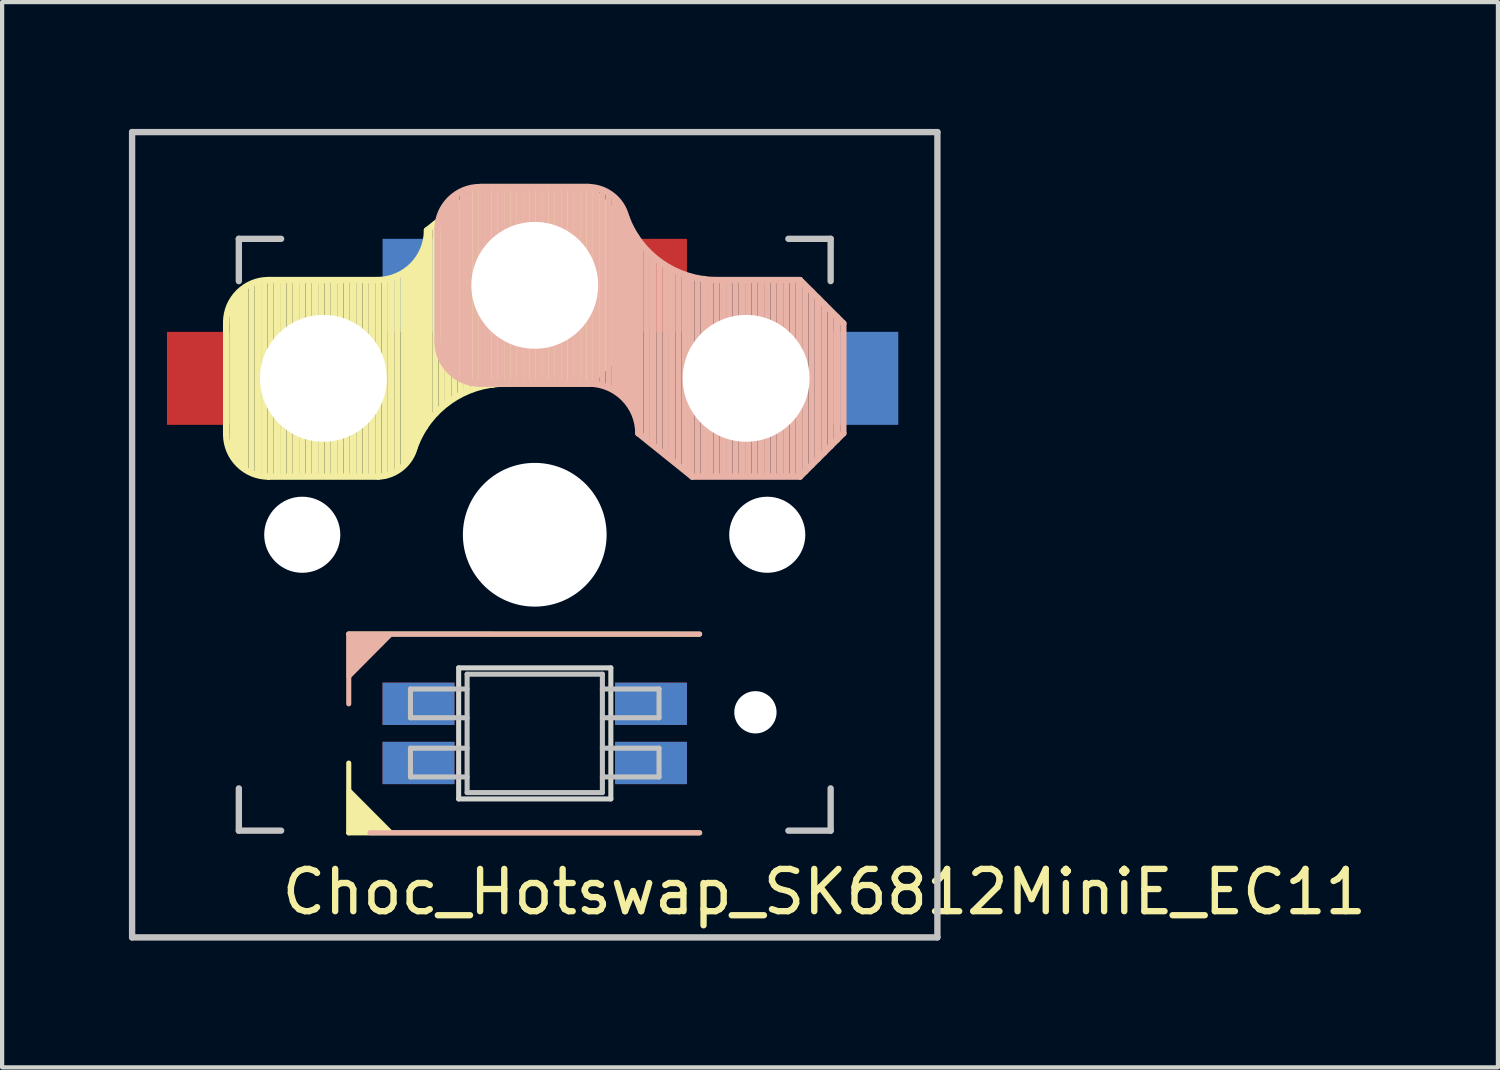
<source format=kicad_pcb>
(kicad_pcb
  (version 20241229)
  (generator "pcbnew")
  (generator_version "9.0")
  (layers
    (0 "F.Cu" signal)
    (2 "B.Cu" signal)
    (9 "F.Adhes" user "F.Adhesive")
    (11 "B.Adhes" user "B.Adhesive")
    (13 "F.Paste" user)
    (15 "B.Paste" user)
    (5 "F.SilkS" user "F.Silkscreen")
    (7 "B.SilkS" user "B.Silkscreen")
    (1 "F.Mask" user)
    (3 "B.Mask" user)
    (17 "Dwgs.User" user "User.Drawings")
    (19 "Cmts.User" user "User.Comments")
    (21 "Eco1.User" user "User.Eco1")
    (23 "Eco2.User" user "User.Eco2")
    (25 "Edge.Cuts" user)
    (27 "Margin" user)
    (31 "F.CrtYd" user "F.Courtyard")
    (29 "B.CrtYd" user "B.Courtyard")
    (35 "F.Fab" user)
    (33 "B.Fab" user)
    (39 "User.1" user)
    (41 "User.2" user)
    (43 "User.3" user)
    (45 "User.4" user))
  (footprint "Choc_Hotswap_SK6812MiniE_EC11"
    (layer "F.Cu")
    (at 9.6 9.6)
    (property "Reference" "Choc_Hotswap_SK6812MiniE_EC11" (at 6.85 8.45 180) (layer "F.SilkS") (effects (font (size 1 1) (thickness 0.15))))
    (attr smd)
    (fp_line (start -7.3 -5.025) (end -7.3 -2.375) (stroke (width 0.15) (type solid)) (layer "F.SilkS"))
    (fp_line (start -7.15 -1.95) (end -7.15 -5.5) (stroke (width 0.15) (type solid)) (layer "F.SilkS"))
    (fp_line (start -7.05 -1.8) (end -7.05 -5.55) (stroke (width 0.15) (type solid)) (layer "F.SilkS"))
    (fp_line (start -6.95 -1.7) (end -6.95 -5.65) (stroke (width 0.15) (type solid)) (layer "F.SilkS"))
    (fp_line (start -6.85 -1.6) (end -6.85 -5.8) (stroke (width 0.15) (type solid)) (layer "F.SilkS"))
    (fp_line (start -6.7 -1.5) (end -6.7 -5.9) (stroke (width 0.15) (type solid)) (layer "F.SilkS"))
    (fp_line (start -6.55 -1.45) (end -6.55 -5.95) (stroke (width 0.15) (type solid)) (layer "F.SilkS"))
    (fp_line (start -6.4 -1.4) (end -6.4 -5.95) (stroke (width 0.15) (type solid)) (layer "F.SilkS"))
    (fp_line (start -6.3 -6.025) (end -3.725 -6.025) (stroke (width 0.15) (type solid)) (layer "F.SilkS"))
    (fp_line (start -6.3 -1.375) (end -3.7 -1.375) (stroke (width 0.15) (type solid)) (layer "F.SilkS"))
    (fp_line (start -6.25 -1.4) (end -6.25 -6) (stroke (width 0.15) (type solid)) (layer "F.SilkS"))
    (fp_line (start -6.1 -1.4) (end -6.1 -6) (stroke (width 0.15) (type solid)) (layer "F.SilkS"))
    (fp_line (start -5.95 -1.4) (end -5.95 -6) (stroke (width 0.15) (type solid)) (layer "F.SilkS"))
    (fp_line (start -5.8 -1.4) (end -5.8 -6) (stroke (width 0.15) (type solid)) (layer "F.SilkS"))
    (fp_line (start -5.65 -1.4) (end -5.65 -6) (stroke (width 0.15) (type solid)) (layer "F.SilkS"))
    (fp_line (start -5.5 -1.4) (end -5.5 -6) (stroke (width 0.15) (type solid)) (layer "F.SilkS"))
    (fp_line (start -5.35 -1.4) (end -5.35 -6) (stroke (width 0.15) (type solid)) (layer "F.SilkS"))
    (fp_line (start -5.2 -1.4) (end -5.2 -6) (stroke (width 0.15) (type solid)) (layer "F.SilkS"))
    (fp_line (start -5.05 -1.4) (end -5.05 -6) (stroke (width 0.15) (type solid)) (layer "F.SilkS"))
    (fp_line (start -4.9 -1.4) (end -4.9 -6) (stroke (width 0.15) (type solid)) (layer "F.SilkS"))
    (fp_line (start -4.75 -1.4) (end -4.75 -6) (stroke (width 0.15) (type solid)) (layer "F.SilkS"))
    (fp_line (start -4.6 -1.4) (end -4.6 -6) (stroke (width 0.15) (type solid)) (layer "F.SilkS"))
    (fp_line (start -4.45 -1.4) (end -4.45 -6) (stroke (width 0.15) (type solid)) (layer "F.SilkS"))
    (fp_line (start -4.4 2.349) (end 3.9 2.352) (stroke (width 0.12) (type solid)) (layer "F.SilkS"))
    (fp_line (start -4.4 7.052) (end -4.4 5.401) (stroke (width 0.12) (type solid)) (layer "F.SilkS"))
    (fp_line (start -4.3 -1.4) (end -4.3 -6) (stroke (width 0.15) (type solid)) (layer "F.SilkS"))
    (fp_line (start -4.15 -1.4) (end -4.15 -6) (stroke (width 0.15) (type solid)) (layer "F.SilkS"))
    (fp_line (start -4 -1.4) (end -4 -6) (stroke (width 0.15) (type solid)) (layer "F.SilkS"))
    (fp_line (start -3.85 -1.4) (end -3.85 -5.95) (stroke (width 0.15) (type solid)) (layer "F.SilkS"))
    (fp_line (start -3.7 -1.4) (end -3.7 -6) (stroke (width 0.15) (type solid)) (layer "F.SilkS"))
    (fp_line (start -3.55 -1.4) (end -3.55 -6) (stroke (width 0.15) (type solid)) (layer "F.SilkS"))
    (fp_line (start -3.4 -1.45) (end -3.4 -6) (stroke (width 0.15) (type solid)) (layer "F.SilkS"))
    (fp_line (start -3.25 -1.55) (end -3.25 -6.1) (stroke (width 0.15) (type solid)) (layer "F.SilkS"))
    (fp_line (start -3.1 -1.65) (end -3.1 -6.15) (stroke (width 0.15) (type solid)) (layer "F.SilkS"))
    (fp_line (start -3 -1.8) (end -3 -6.2) (stroke (width 0.15) (type solid)) (layer "F.SilkS"))
    (fp_line (start -2.9 -2.05) (end -2.9 -6.25) (stroke (width 0.15) (type solid)) (layer "F.SilkS"))
    (fp_line (start -2.8 -2.2) (end -2.8 -6.35) (stroke (width 0.15) (type solid)) (layer "F.SilkS"))
    (fp_line (start -2.7 -2.4) (end -2.7 -6.55) (stroke (width 0.15) (type solid)) (layer "F.SilkS"))
    (fp_line (start -2.6 -2.55) (end -2.6 -6.7) (stroke (width 0.15) (type solid)) (layer "F.SilkS"))
    (fp_line (start -2.5 -2.75) (end -2.5 -7.2) (stroke (width 0.15) (type solid)) (layer "F.SilkS"))
    (fp_line (start -2.35 -2.9) (end -2.35 -7.35) (stroke (width 0.15) (type solid)) (layer "F.SilkS"))
    (fp_line (start -2.2 -3.05) (end -2.2 -7.45) (stroke (width 0.15) (type solid)) (layer "F.SilkS"))
    (fp_line (start -2.05 -3.15) (end -2.05 -7.55) (stroke (width 0.15) (type solid)) (layer "F.SilkS"))
    (fp_line (start -1.9 -3.25) (end -1.9 -7.7) (stroke (width 0.15) (type solid)) (layer "F.SilkS"))
    (fp_line (start -1.75 -3.35) (end -1.75 -7.8) (stroke (width 0.15) (type solid)) (layer "F.SilkS"))
    (fp_line (start -1.6 -3.4) (end -1.6 -7.95) (stroke (width 0.15) (type solid)) (layer "F.SilkS"))
    (fp_line (start -1.45 -3.5) (end -1.45 -8.05) (stroke (width 0.15) (type solid)) (layer "F.SilkS"))
    (fp_line (start -1.3 -3.55) (end -1.3 -8.15) (stroke (width 0.15) (type solid)) (layer "F.SilkS"))
    (fp_line (start -1.275 -8.225) (end -2.55 -7.2) (stroke (width 0.15) (type solid)) (layer "F.SilkS"))
    (fp_line (start -1.275 -8.225) (end 1.275 -8.225) (stroke (width 0.15) (type solid)) (layer "F.SilkS"))
    (fp_line (start -1.15 -3.55) (end -1.15 -8.2) (stroke (width 0.15) (type solid)) (layer "F.SilkS"))
    (fp_line (start -1 -3.55) (end -1 -8.2) (stroke (width 0.15) (type solid)) (layer "F.SilkS"))
    (fp_line (start -0.85 -3.6) (end -0.85 -8.15) (stroke (width 0.15) (type solid)) (layer "F.SilkS"))
    (fp_line (start -0.7 -3.6) (end -0.7 -8.2) (stroke (width 0.15) (type solid)) (layer "F.SilkS"))
    (fp_line (start -0.7 -3.575) (end 1.275 -3.575) (stroke (width 0.15) (type solid)) (layer "F.SilkS"))
    (fp_line (start -0.55 -3.6) (end -0.55 -8.2) (stroke (width 0.15) (type solid)) (layer "F.SilkS"))
    (fp_line (start -0.4 -3.6) (end -0.4 -8.2) (stroke (width 0.15) (type solid)) (layer "F.SilkS"))
    (fp_line (start -0.25 -3.6) (end -0.25 -8.2) (stroke (width 0.15) (type solid)) (layer "F.SilkS"))
    (fp_line (start -0.1 -3.6) (end -0.1 -8.2) (stroke (width 0.15) (type solid)) (layer "F.SilkS"))
    (fp_line (start 0.05 -3.6) (end 0.05 -8.2) (stroke (width 0.15) (type solid)) (layer "F.SilkS"))
    (fp_line (start 0.2 -3.6) (end 0.2 -8.2) (stroke (width 0.15) (type solid)) (layer "F.SilkS"))
    (fp_line (start 0.35 -3.6) (end 0.35 -8.2) (stroke (width 0.15) (type solid)) (layer "F.SilkS"))
    (fp_line (start 0.5 -3.6) (end 0.5 -8.2) (stroke (width 0.15) (type solid)) (layer "F.SilkS"))
    (fp_line (start 0.65 -3.6) (end 0.65 -8.2) (stroke (width 0.15) (type solid)) (layer "F.SilkS"))
    (fp_line (start 0.8 -3.6) (end 0.8 -8.2) (stroke (width 0.15) (type solid)) (layer "F.SilkS"))
    (fp_line (start 0.95 -3.6) (end 0.95 -8.2) (stroke (width 0.15) (type solid)) (layer "F.SilkS"))
    (fp_line (start 1.1 -3.6) (end 1.1 -8.2) (stroke (width 0.15) (type solid)) (layer "F.SilkS"))
    (fp_line (start 1.25 -3.6) (end 1.25 -8.2) (stroke (width 0.15) (type solid)) (layer "F.SilkS"))
    (fp_line (start 1.4 -3.75) (end 1.4 -8.1) (stroke (width 0.15) (type solid)) (layer "F.SilkS"))
    (fp_line (start 1.55 -3.85) (end 1.55 -7.95) (stroke (width 0.15) (type solid)) (layer "F.SilkS"))
    (fp_line (start 1.7 -4) (end 1.7 -7.8) (stroke (width 0.15) (type solid)) (layer "F.SilkS"))
    (fp_line (start 1.85 -4.15) (end 1.85 -7.65) (stroke (width 0.15) (type solid)) (layer "F.SilkS"))
    (fp_line (start 2 -4.35) (end 2 -7.5) (stroke (width 0.15) (type solid)) (layer "F.SilkS"))
    (fp_line (start 2.15 -4.45) (end 2.15 -7.35) (stroke (width 0.15) (type solid)) (layer "F.SilkS"))
    (fp_line (start 2.3 -7.2) (end 1.275 -8.225) (stroke (width 0.15) (type solid)) (layer "F.SilkS"))
    (fp_line (start 2.3 -7.2) (end 2.3 -4.6) (stroke (width 0.15) (type solid)) (layer "F.SilkS"))
    (fp_line (start 2.3 -4.6) (end 1.275 -3.575) (stroke (width 0.15) (type solid)) (layer "F.SilkS"))
    (fp_line (start 3.9 7.052) (end -4.4 7.052) (stroke (width 0.12) (type solid)) (layer "F.SilkS"))
    (fp_arc (start -7.3 -5.025) (mid -7.007107 -5.732107) (end -6.3 -6.025) (stroke (width 0.15) (type solid)) (layer "F.SilkS"))
    (fp_arc (start -6.3 -1.375) (mid -7.007107 -1.667893) (end -7.3 -2.375) (stroke (width 0.15) (type solid)) (layer "F.SilkS"))
    (fp_arc (start -2.837801 -2.078096) (mid -3.151716 -1.583979) (end -3.699005 -1.376209) (stroke (width 0.15) (type solid)) (layer "F.SilkS"))
    (fp_arc (start -2.837801 -2.078096) (mid -2.004887 -3.163571) (end -0.7 -3.575) (stroke (width 0.15) (type solid)) (layer "F.SilkS"))
    (fp_arc (start -2.55 -7.2) (mid -2.89415 -6.36915) (end -3.725 -6.025) (stroke (width 0.15) (type solid)) (layer "F.SilkS"))
    (fp_poly (pts (xy -3.392 7.049) (xy -4.4 7.052) (xy -4.4 6.036)) (stroke (width 0.1) (type solid)) (fill yes) (layer "F.SilkS"))
    (fp_line (start -4.4 2.349) (end -4.4 4) (stroke (width 0.12) (type solid)) (layer "B.SilkS"))
    (fp_line (start -3.9 7.049) (end 3.9 7.049) (stroke (width 0.12) (type solid)) (layer "B.SilkS"))
    (fp_line (start -2.3 -4.575) (end -2.3 -7.225) (stroke (width 0.15) (type solid)) (layer "B.SilkS"))
    (fp_line (start -2.15 -7.65) (end -2.15 -4.1) (stroke (width 0.15) (type solid)) (layer "B.SilkS"))
    (fp_line (start -2.05 -7.8) (end -2.05 -4.05) (stroke (width 0.15) (type solid)) (layer "B.SilkS"))
    (fp_line (start -1.95 -7.9) (end -1.95 -3.95) (stroke (width 0.15) (type solid)) (layer "B.SilkS"))
    (fp_line (start -1.85 -8) (end -1.85 -3.8) (stroke (width 0.15) (type solid)) (layer "B.SilkS"))
    (fp_line (start -1.7 -8.1) (end -1.7 -3.7) (stroke (width 0.15) (type solid)) (layer "B.SilkS"))
    (fp_line (start -1.55 -8.15) (end -1.55 -3.65) (stroke (width 0.15) (type solid)) (layer "B.SilkS"))
    (fp_line (start -1.4 -8.2) (end -1.4 -3.65) (stroke (width 0.15) (type solid)) (layer "B.SilkS"))
    (fp_line (start -1.3 -8.225) (end 1.3 -8.225) (stroke (width 0.15) (type solid)) (layer "B.SilkS"))
    (fp_line (start -1.3 -3.575) (end 1.275 -3.575) (stroke (width 0.15) (type solid)) (layer "B.SilkS"))
    (fp_line (start -1.25 -8.2) (end -1.25 -3.6) (stroke (width 0.15) (type solid)) (layer "B.SilkS"))
    (fp_line (start -1.1 -8.2) (end -1.1 -3.6) (stroke (width 0.15) (type solid)) (layer "B.SilkS"))
    (fp_line (start -0.95 -8.2) (end -0.95 -3.6) (stroke (width 0.15) (type solid)) (layer "B.SilkS"))
    (fp_line (start -0.8 -8.2) (end -0.8 -3.6) (stroke (width 0.15) (type solid)) (layer "B.SilkS"))
    (fp_line (start -0.65 -8.2) (end -0.65 -3.6) (stroke (width 0.15) (type solid)) (layer "B.SilkS"))
    (fp_line (start -0.5 -8.2) (end -0.5 -3.6) (stroke (width 0.15) (type solid)) (layer "B.SilkS"))
    (fp_line (start -0.35 -8.2) (end -0.35 -3.6) (stroke (width 0.15) (type solid)) (layer "B.SilkS"))
    (fp_line (start -0.2 -8.2) (end -0.2 -3.6) (stroke (width 0.15) (type solid)) (layer "B.SilkS"))
    (fp_line (start -0.05 -8.2) (end -0.05 -3.6) (stroke (width 0.15) (type solid)) (layer "B.SilkS"))
    (fp_line (start 0.1 -8.2) (end 0.1 -3.6) (stroke (width 0.15) (type solid)) (layer "B.SilkS"))
    (fp_line (start 0.25 -8.2) (end 0.25 -3.6) (stroke (width 0.15) (type solid)) (layer "B.SilkS"))
    (fp_line (start 0.4 -8.2) (end 0.4 -3.6) (stroke (width 0.15) (type solid)) (layer "B.SilkS"))
    (fp_line (start 0.55 -8.2) (end 0.55 -3.6) (stroke (width 0.15) (type solid)) (layer "B.SilkS"))
    (fp_line (start 0.7 -8.2) (end 0.7 -3.6) (stroke (width 0.15) (type solid)) (layer "B.SilkS"))
    (fp_line (start 0.85 -8.2) (end 0.85 -3.6) (stroke (width 0.15) (type solid)) (layer "B.SilkS"))
    (fp_line (start 1 -8.2) (end 1 -3.6) (stroke (width 0.15) (type solid)) (layer "B.SilkS"))
    (fp_line (start 1.15 -8.2) (end 1.15 -3.65) (stroke (width 0.15) (type solid)) (layer "B.SilkS"))
    (fp_line (start 1.3 -8.2) (end 1.3 -3.6) (stroke (width 0.15) (type solid)) (layer "B.SilkS"))
    (fp_line (start 1.45 -8.2) (end 1.45 -3.6) (stroke (width 0.15) (type solid)) (layer "B.SilkS"))
    (fp_line (start 1.6 -8.15) (end 1.6 -3.6) (stroke (width 0.15) (type solid)) (layer "B.SilkS"))
    (fp_line (start 1.75 -8.05) (end 1.75 -3.5) (stroke (width 0.15) (type solid)) (layer "B.SilkS"))
    (fp_line (start 1.9 -7.95) (end 1.9 -3.45) (stroke (width 0.15) (type solid)) (layer "B.SilkS"))
    (fp_line (start 2 -7.8) (end 2 -3.4) (stroke (width 0.15) (type solid)) (layer "B.SilkS"))
    (fp_line (start 2.1 -7.55) (end 2.1 -3.35) (stroke (width 0.15) (type solid)) (layer "B.SilkS"))
    (fp_line (start 2.2 -7.4) (end 2.2 -3.25) (stroke (width 0.15) (type solid)) (layer "B.SilkS"))
    (fp_line (start 2.3 -7.2) (end 2.3 -3.05) (stroke (width 0.15) (type solid)) (layer "B.SilkS"))
    (fp_line (start 2.4 -7.05) (end 2.4 -2.9) (stroke (width 0.15) (type solid)) (layer "B.SilkS"))
    (fp_line (start 2.5 -6.85) (end 2.5 -2.4) (stroke (width 0.15) (type solid)) (layer "B.SilkS"))
    (fp_line (start 2.65 -6.7) (end 2.65 -2.25) (stroke (width 0.15) (type solid)) (layer "B.SilkS"))
    (fp_line (start 2.8 -6.55) (end 2.8 -2.15) (stroke (width 0.15) (type solid)) (layer "B.SilkS"))
    (fp_line (start 2.95 -6.45) (end 2.95 -2.05) (stroke (width 0.15) (type solid)) (layer "B.SilkS"))
    (fp_line (start 3.1 -6.35) (end 3.1 -1.9) (stroke (width 0.15) (type solid)) (layer "B.SilkS"))
    (fp_line (start 3.25 -6.25) (end 3.25 -1.8) (stroke (width 0.15) (type solid)) (layer "B.SilkS"))
    (fp_line (start 3.4 -6.2) (end 3.4 -1.65) (stroke (width 0.15) (type solid)) (layer "B.SilkS"))
    (fp_line (start 3.55 -6.1) (end 3.55 -1.55) (stroke (width 0.15) (type solid)) (layer "B.SilkS"))
    (fp_line (start 3.7 -6.05) (end 3.7 -1.45) (stroke (width 0.15) (type solid)) (layer "B.SilkS"))
    (fp_line (start 3.725 -1.375) (end 2.45 -2.4) (stroke (width 0.15) (type solid)) (layer "B.SilkS"))
    (fp_line (start 3.725 -1.375) (end 6.275 -1.375) (stroke (width 0.15) (type solid)) (layer "B.SilkS"))
    (fp_line (start 3.85 -6.05) (end 3.85 -1.4) (stroke (width 0.15) (type solid)) (layer "B.SilkS"))
    (fp_line (start 3.9 2.349) (end -4.4 2.349) (stroke (width 0.12) (type solid)) (layer "B.SilkS"))
    (fp_line (start 4 -6.05) (end 4 -1.4) (stroke (width 0.15) (type solid)) (layer "B.SilkS"))
    (fp_line (start 4.15 -6) (end 4.15 -1.45) (stroke (width 0.15) (type solid)) (layer "B.SilkS"))
    (fp_line (start 4.3 -6.025) (end 6.275 -6.025) (stroke (width 0.15) (type solid)) (layer "B.SilkS"))
    (fp_line (start 4.3 -6) (end 4.3 -1.4) (stroke (width 0.15) (type solid)) (layer "B.SilkS"))
    (fp_line (start 4.45 -6) (end 4.45 -1.4) (stroke (width 0.15) (type solid)) (layer "B.SilkS"))
    (fp_line (start 4.6 -6) (end 4.6 -1.4) (stroke (width 0.15) (type solid)) (layer "B.SilkS"))
    (fp_line (start 4.75 -6) (end 4.75 -1.4) (stroke (width 0.15) (type solid)) (layer "B.SilkS"))
    (fp_line (start 4.9 -6) (end 4.9 -1.4) (stroke (width 0.15) (type solid)) (layer "B.SilkS"))
    (fp_line (start 5.05 -6) (end 5.05 -1.4) (stroke (width 0.15) (type solid)) (layer "B.SilkS"))
    (fp_line (start 5.2 -6) (end 5.2 -1.4) (stroke (width 0.15) (type solid)) (layer "B.SilkS"))
    (fp_line (start 5.35 -6) (end 5.35 -1.4) (stroke (width 0.15) (type solid)) (layer "B.SilkS"))
    (fp_line (start 5.5 -6) (end 5.5 -1.4) (stroke (width 0.15) (type solid)) (layer "B.SilkS"))
    (fp_line (start 5.65 -6) (end 5.65 -1.4) (stroke (width 0.15) (type solid)) (layer "B.SilkS"))
    (fp_line (start 5.8 -6) (end 5.8 -1.4) (stroke (width 0.15) (type solid)) (layer "B.SilkS"))
    (fp_line (start 5.95 -6) (end 5.95 -1.4) (stroke (width 0.15) (type solid)) (layer "B.SilkS"))
    (fp_line (start 6.1 -6) (end 6.1 -1.4) (stroke (width 0.15) (type solid)) (layer "B.SilkS"))
    (fp_line (start 6.25 -6) (end 6.25 -1.4) (stroke (width 0.15) (type solid)) (layer "B.SilkS"))
    (fp_line (start 6.4 -5.85) (end 6.4 -1.5) (stroke (width 0.15) (type solid)) (layer "B.SilkS"))
    (fp_line (start 6.55 -5.75) (end 6.55 -1.65) (stroke (width 0.15) (type solid)) (layer "B.SilkS"))
    (fp_line (start 6.7 -5.6) (end 6.7 -1.8) (stroke (width 0.15) (type solid)) (layer "B.SilkS"))
    (fp_line (start 6.85 -5.45) (end 6.85 -1.95) (stroke (width 0.15) (type solid)) (layer "B.SilkS"))
    (fp_line (start 7 -5.25) (end 7 -2.1) (stroke (width 0.15) (type solid)) (layer "B.SilkS"))
    (fp_line (start 7.15 -5.15) (end 7.15 -2.25) (stroke (width 0.15) (type solid)) (layer "B.SilkS"))
    (fp_line (start 7.3 -5) (end 6.275 -6.025) (stroke (width 0.15) (type solid)) (layer "B.SilkS"))
    (fp_line (start 7.3 -2.4) (end 6.275 -1.375) (stroke (width 0.15) (type solid)) (layer "B.SilkS"))
    (fp_line (start 7.3 -2.4) (end 7.3 -5) (stroke (width 0.15) (type solid)) (layer "B.SilkS"))
    (fp_arc (start -2.3 -7.225) (mid -2.007107 -7.932107) (end -1.3 -8.225) (stroke (width 0.15) (type solid)) (layer "B.SilkS"))
    (fp_arc (start -1.3 -3.575) (mid -2.007107 -3.867893) (end -2.3 -4.575) (stroke (width 0.15) (type solid)) (layer "B.SilkS"))
    (fp_arc (start 1.275 -3.575) (mid 2.10585 -3.23085) (end 2.45 -2.4) (stroke (width 0.15) (type solid)) (layer "B.SilkS"))
    (fp_arc (start 1.300995 -8.223791) (mid 1.848284 -8.016021) (end 2.162199 -7.521904) (stroke (width 0.15) (type solid)) (layer "B.SilkS"))
    (fp_arc (start 4.3 -6.025) (mid 2.995114 -6.436429) (end 2.162199 -7.521904) (stroke (width 0.15) (type solid)) (layer "B.SilkS"))
    (fp_poly (pts (xy -4.4 3.365) (xy -4.4 2.349) (xy -3.392 2.349)) (stroke (width 0.1) (type solid)) (fill yes) (layer "B.SilkS"))
    (fp_line (start -9.525 -9.525) (end 9.525 -9.525) (stroke (width 0.15) (type solid)) (layer "Dwgs.User"))
    (fp_line (start -9.525 9.525) (end -9.525 -9.525) (stroke (width 0.15) (type solid)) (layer "Dwgs.User"))
    (fp_line (start -7 -7) (end -7 -6) (stroke (width 0.15) (type solid)) (layer "Dwgs.User"))
    (fp_line (start -7 6) (end -7 7) (stroke (width 0.15) (type solid)) (layer "Dwgs.User"))
    (fp_line (start -7 7) (end -6 7) (stroke (width 0.15) (type solid)) (layer "Dwgs.User"))
    (fp_line (start -6 -7) (end -7 -7) (stroke (width 0.15) (type solid)) (layer "Dwgs.User"))
    (fp_line (start -2.94 3.649) (end -2.94 4.329) (stroke (width 0.12) (type solid)) (layer "Dwgs.User"))
    (fp_line (start -2.94 4.329) (end -1.6 4.329) (stroke (width 0.12) (type solid)) (layer "Dwgs.User"))
    (fp_line (start -2.94 5.049) (end -2.94 5.729) (stroke (width 0.12) (type solid)) (layer "Dwgs.User"))
    (fp_line (start -2.94 5.729) (end -1.6 5.729) (stroke (width 0.12) (type solid)) (layer "Dwgs.User"))
    (fp_line (start -1.6 3.299) (end -1.6 6.099) (stroke (width 0.12) (type solid)) (layer "Dwgs.User"))
    (fp_line (start -1.6 3.299) (end 1.6 3.299) (stroke (width 0.12) (type solid)) (layer "Dwgs.User"))
    (fp_line (start -1.6 3.649) (end -2.94 3.649) (stroke (width 0.12) (type solid)) (layer "Dwgs.User"))
    (fp_line (start -1.6 5.049) (end -2.94 5.049) (stroke (width 0.12) (type solid)) (layer "Dwgs.User"))
    (fp_line (start -1.6 6.099) (end 1.6 6.099) (stroke (width 0.12) (type solid)) (layer "Dwgs.User"))
    (fp_line (start 1.6 3.299) (end 1.6 6.099) (stroke (width 0.12) (type solid)) (layer "Dwgs.User"))
    (fp_line (start 1.6 4.329) (end 2.94 4.329) (stroke (width 0.12) (type solid)) (layer "Dwgs.User"))
    (fp_line (start 1.6 5.729) (end 2.94 5.729) (stroke (width 0.12) (type solid)) (layer "Dwgs.User"))
    (fp_line (start 2.94 3.649) (end 1.6 3.649) (stroke (width 0.12) (type solid)) (layer "Dwgs.User"))
    (fp_line (start 2.94 4.329) (end 2.94 3.649) (stroke (width 0.12) (type solid)) (layer "Dwgs.User"))
    (fp_line (start 2.94 5.049) (end 1.6 5.049) (stroke (width 0.12) (type solid)) (layer "Dwgs.User"))
    (fp_line (start 2.94 5.729) (end 2.94 5.049) (stroke (width 0.12) (type solid)) (layer "Dwgs.User"))
    (fp_line (start 6 -7) (end 7 -7) (stroke (width 0.15) (type solid)) (layer "Dwgs.User"))
    (fp_line (start 7 -7) (end 7 -6) (stroke (width 0.15) (type solid)) (layer "Dwgs.User"))
    (fp_line (start 7 6) (end 7 7) (stroke (width 0.15) (type solid)) (layer "Dwgs.User"))
    (fp_line (start 7 7) (end 6 7) (stroke (width 0.15) (type solid)) (layer "Dwgs.User"))
    (fp_line (start 9.525 -9.525) (end 9.525 9.525) (stroke (width 0.15) (type solid)) (layer "Dwgs.User"))
    (fp_line (start 9.525 9.525) (end -9.525 9.525) (stroke (width 0.15) (type solid)) (layer "Dwgs.User"))
    (fp_line (start -1.8 3.149) (end -1.8 6.249) (stroke (width 0.12) (type solid)) (layer "Edge.Cuts"))
    (fp_line (start -1.8 6.249) (end 1.8 6.249) (stroke (width 0.12) (type solid)) (layer "Edge.Cuts"))
    (fp_line (start 1.8 3.149) (end -1.8 3.149) (stroke (width 0.12) (type solid)) (layer "Edge.Cuts"))
    (fp_line (start 1.8 6.249) (end 1.8 3.149) (stroke (width 0.12) (type solid)) (layer "Edge.Cuts"))
    (fp_rect (start -6.9 -6.9) (end 6.9 6.9) (stroke (width 0.1) (type solid)) (fill no) (layer "User.3"))
    (pad "" np_thru_hole circle (at -5.5 0 270) (size 1.8 1.8) (drill 1.8) (layers "*.Cu" "*.Mask"))
    (pad "" np_thru_hole circle (at -5 -3.7 90) (size 3 3) (drill 3) (layers "*.Cu" "*.Mask"))
    (pad "" np_thru_hole circle (at 0 -5.9 270) (size 3 3) (drill 3) (layers "*.Cu" "*.Mask"))
    (pad "" np_thru_hole circle (at 0 0 270) (size 3.4 3.4) (drill 3.4) (layers "*.Cu" "*.Mask"))
    (pad "" np_thru_hole circle (at 5 -3.7 270) (size 3 3) (drill 3) (layers "*.Cu" "*.Mask"))
    (pad "" np_thru_hole circle (at 5.22 4.2) (size 1 1) (drill 1) (layers "*.Cu" "*.Mask"))
    (pad "" np_thru_hole circle (at 5.5 0 270) (size 1.8 1.8) (drill 1.8) (layers "*.Cu" "*.Mask"))
    (pad "1" smd rect (at 2.75 3.999) (size 1.7 1) (layers "F.Cu" "F.Mask" "F.Paste"))
    (pad "1" smd rect (at 2.75 5.399) (size 1.7 1) (layers "B.Cu" "B.Mask" "B.Paste"))
    (pad "2" smd rect (at 2.75 3.999) (size 1.7 1) (layers "B.Cu" "B.Mask" "B.Paste"))
    (pad "2" smd rect (at 2.75 5.399) (size 1.7 1) (layers "F.Cu" "F.Mask" "F.Paste"))
    (pad "3" smd rect (at -2.75 3.999) (size 1.7 1) (layers "B.Cu" "B.Mask" "B.Paste"))
    (pad "3" smd rect (at -2.75 5.399) (size 1.7 1) (layers "F.Cu" "F.Mask" "F.Paste"))
    (pad "4" smd rect (at -2.75 3.999) (size 1.7 1) (layers "F.Cu" "F.Mask" "F.Paste"))
    (pad "4" smd rect (at -2.75 5.399) (size 1.7 1) (layers "B.Cu" "B.Mask" "B.Paste"))
    (pad "5" smd rect (at -2.8 -5.9) (size 1.6 2.2) (layers "B.Cu" "B.Mask" "B.Paste"))
    (pad "5" smd rect (at 2.8 -5.9) (size 1.6 2.2) (layers "F.Cu" "F.Mask" "F.Paste"))
    (pad "6" smd rect (at -7.9 -3.7) (size 1.6 2.2) (layers "F.Cu" "F.Mask" "F.Paste"))
    (pad "6" smd rect (at 7.8 -3.7) (size 1.6 2.2) (layers "B.Cu" "B.Mask" "B.Paste")))
  (gr_rect
    (start -3 -3)
    (end 32.385 22.2)
    (stroke (width 0.1) (type default))
    (fill no)
    (layer "Edge.Cuts")))
</source>
